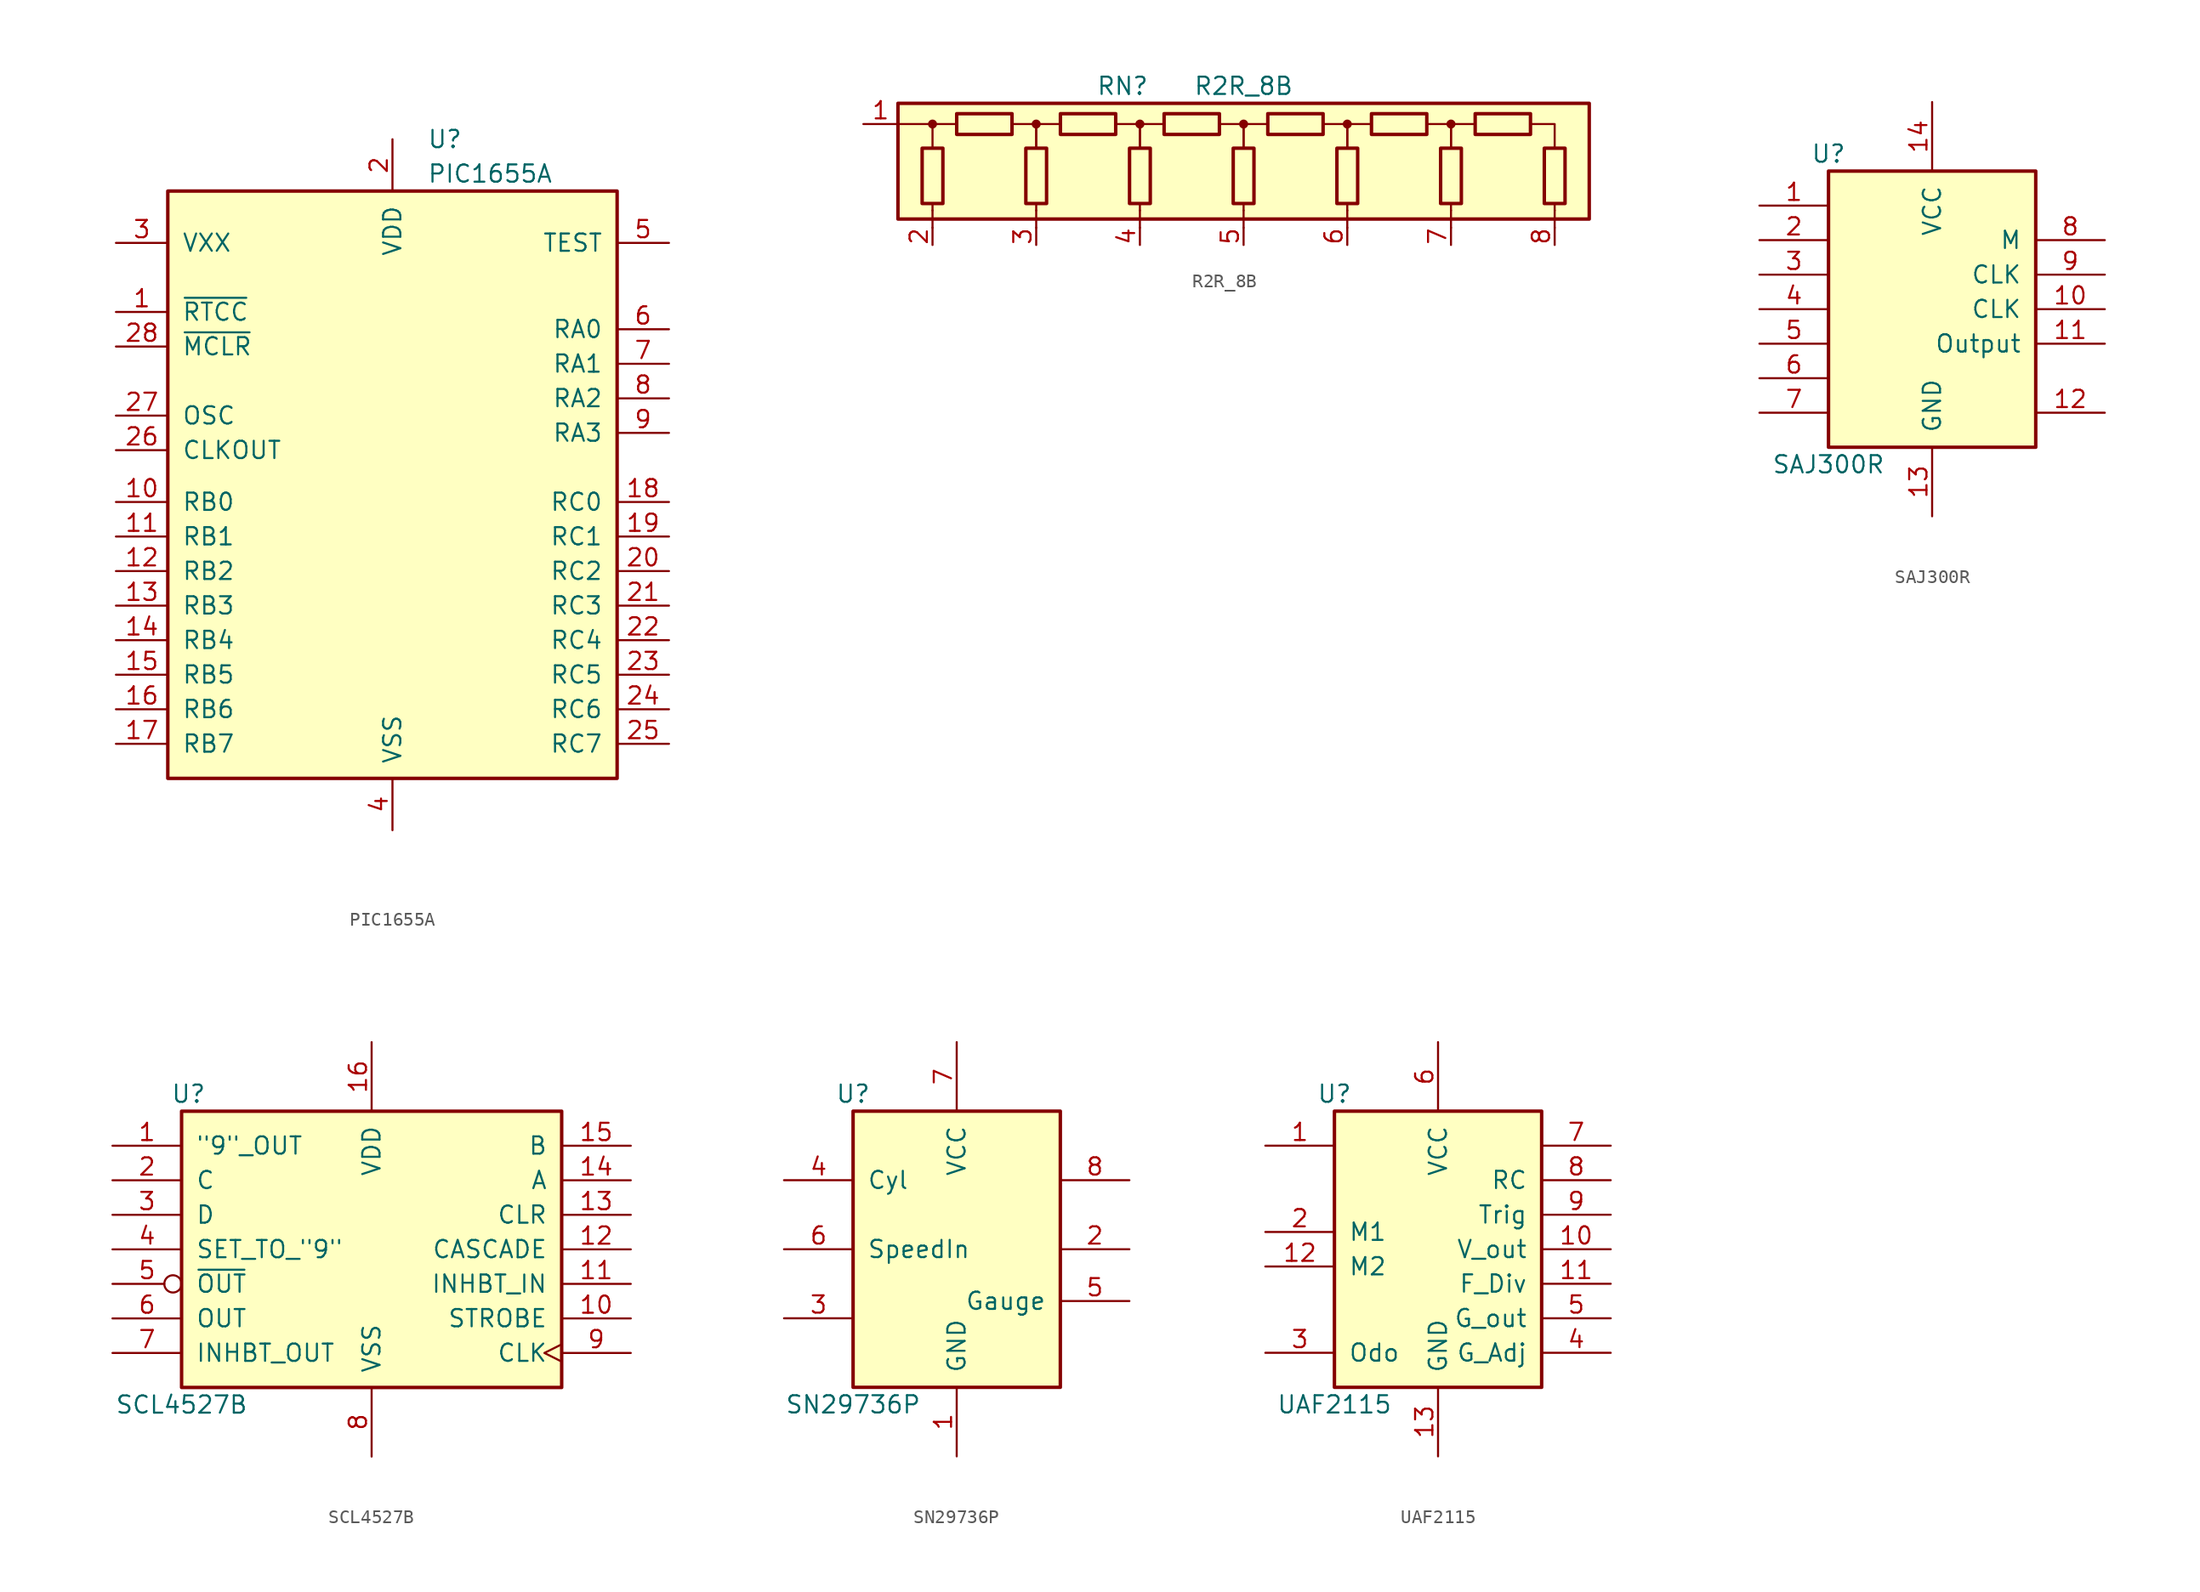
<source format=kicad_sym>
(kicad_symbol_lib
  (version 20241209)
  (generator "kicad_symbol_editor")
  (generator_version "9.0")
  (symbol "PIC1655A"
    (pin_names
      (offset 1.016))
    (property "Reference" "U"
      (at 2.54 25.4 0)
      (effects (font (size 1.27 1.27)) (justify left)))
    (property "Value" "PIC1655A"
      (at 2.54 22.86 0)
      (effects (font (size 1.27 1.27)) (justify left)))
    (symbol "PIC1655A_0_1"
      (rectangle (start -16.51 21.59) (end 16.51 -21.59) (stroke (width 0.254) (type default)) (fill (type background))))
    (symbol "PIC1655A_1_1"
      (pin input line (at -20.32 17.78 0) (length 3.81) (name "VXX" (effects (font (size 1.27 1.27)))) (number "3" (effects (font (size 1.27 1.27)))))
      (pin input line (at -20.32 12.7 0) (length 3.81) (name "~{RTCC}" (effects (font (size 1.27 1.27)))) (number "1" (effects (font (size 1.27 1.27)))))
      (pin input line (at -20.32 10.16 0) (length 3.81) (name "~{MCLR}" (effects (font (size 1.27 1.27)))) (number "28" (effects (font (size 1.27 1.27)))))
      (pin input line (at -20.32 5.08 0) (length 3.81) (name "OSC" (effects (font (size 1.27 1.27)))) (number "27" (effects (font (size 1.27 1.27)))))
      (pin output line (at -20.32 2.54 0) (length 3.81) (name "CLKOUT" (effects (font (size 1.27 1.27)))) (number "26" (effects (font (size 1.27 1.27)))))
      (pin output line (at -20.32 -1.27 0) (length 3.81) (name "RB0" (effects (font (size 1.27 1.27)))) (number "10" (effects (font (size 1.27 1.27)))))
      (pin output line (at -20.32 -3.81 0) (length 3.81) (name "RB1" (effects (font (size 1.27 1.27)))) (number "11" (effects (font (size 1.27 1.27)))))
      (pin output line (at -20.32 -6.35 0) (length 3.81) (name "RB2" (effects (font (size 1.27 1.27)))) (number "12" (effects (font (size 1.27 1.27)))))
      (pin output line (at -20.32 -8.89 0) (length 3.81) (name "RB3" (effects (font (size 1.27 1.27)))) (number "13" (effects (font (size 1.27 1.27)))))
      (pin output line (at -20.32 -11.43 0) (length 3.81) (name "RB4" (effects (font (size 1.27 1.27)))) (number "14" (effects (font (size 1.27 1.27)))))
      (pin output line (at -20.32 -13.97 0) (length 3.81) (name "RB5" (effects (font (size 1.27 1.27)))) (number "15" (effects (font (size 1.27 1.27)))))
      (pin output line (at -20.32 -16.51 0) (length 3.81) (name "RB6" (effects (font (size 1.27 1.27)))) (number "16" (effects (font (size 1.27 1.27)))))
      (pin output line (at -20.32 -19.05 0) (length 3.81) (name "RB7" (effects (font (size 1.27 1.27)))) (number "17" (effects (font (size 1.27 1.27)))))
      (pin power_in line (at 0 25.4 270) (length 3.81) (name "VDD" (effects (font (size 1.27 1.27)))) (number "2" (effects (font (size 1.27 1.27)))))
      (pin power_in line (at 0 -25.4 90) (length 3.81) (name "VSS" (effects (font (size 1.27 1.27)))) (number "4" (effects (font (size 1.27 1.27)))))
      (pin input line (at 20.32 17.78 180) (length 3.81) (name "TEST" (effects (font (size 1.27 1.27)))) (number "5" (effects (font (size 1.27 1.27)))))
      (pin input line (at 20.32 11.43 180) (length 3.81) (name "RA0" (effects (font (size 1.27 1.27)))) (number "6" (effects (font (size 1.27 1.27)))))
      (pin input line (at 20.32 8.89 180) (length 3.81) (name "RA1" (effects (font (size 1.27 1.27)))) (number "7" (effects (font (size 1.27 1.27)))))
      (pin input line (at 20.32 6.35 180) (length 3.81) (name "RA2" (effects (font (size 1.27 1.27)))) (number "8" (effects (font (size 1.27 1.27)))))
      (pin input line (at 20.32 3.81 180) (length 3.81) (name "RA3" (effects (font (size 1.27 1.27)))) (number "9" (effects (font (size 1.27 1.27)))))
      (pin bidirectional line (at 20.32 -1.27 180) (length 3.81) (name "RC0" (effects (font (size 1.27 1.27)))) (number "18" (effects (font (size 1.27 1.27)))))
      (pin bidirectional line (at 20.32 -3.81 180) (length 3.81) (name "RC1" (effects (font (size 1.27 1.27)))) (number "19" (effects (font (size 1.27 1.27)))))
      (pin bidirectional line (at 20.32 -6.35 180) (length 3.81) (name "RC2" (effects (font (size 1.27 1.27)))) (number "20" (effects (font (size 1.27 1.27)))))
      (pin bidirectional line (at 20.32 -8.89 180) (length 3.81) (name "RC3" (effects (font (size 1.27 1.27)))) (number "21" (effects (font (size 1.27 1.27)))))
      (pin bidirectional line (at 20.32 -11.43 180) (length 3.81) (name "RC4" (effects (font (size 1.27 1.27)))) (number "22" (effects (font (size 1.27 1.27)))))
      (pin bidirectional line (at 20.32 -13.97 180) (length 3.81) (name "RC5" (effects (font (size 1.27 1.27)))) (number "23" (effects (font (size 1.27 1.27)))))
      (pin bidirectional line (at 20.32 -16.51 180) (length 3.81) (name "RC6" (effects (font (size 1.27 1.27)))) (number "24" (effects (font (size 1.27 1.27)))))
      (pin bidirectional line (at 20.32 -19.05 180) (length 3.81) (name "RC7" (effects (font (size 1.27 1.27)))) (number "25" (effects (font (size 1.27 1.27)))))))
  (symbol "R2R_8B"
    (pin_names
      (offset 0)
      (hide yes))
    (property "Reference" "RN"
      (at -8.89 6.604 0)
      (effects (font (size 1.27 1.27))))
    (property "Value" "R2R_8B"
      (at 0 6.604 0)
      (effects (font (size 1.27 1.27))))
    (symbol "R2R_8B_0_1"
      (rectangle (start -23.622 2.032) (end -22.098 -2.032) (stroke (width 0.254) (type default)) (fill (type none)))
      (circle (center -22.86 3.81) (radius 0.254) (stroke (width 0) (type default)) (fill (type outline)))
      (polyline (pts (xy -22.86 -2.54) (xy -22.86 -3.81)) (stroke (width 0) (type default)) (fill (type none)))
      (rectangle (start -21.082 4.572) (end -17.018 3.048) (stroke (width 0.254) (type default)) (fill (type none)))
      (rectangle (start -16.002 2.032) (end -14.478 -2.032) (stroke (width 0.254) (type default)) (fill (type none)))
      (circle (center -15.24 3.81) (radius 0.254) (stroke (width 0) (type default)) (fill (type outline)))
      (polyline (pts (xy -15.24 -2.54) (xy -15.24 -3.81)) (stroke (width 0) (type default)) (fill (type none)))
      (rectangle (start -13.462 4.572) (end -9.398 3.048) (stroke (width 0.254) (type default)) (fill (type none)))
      (rectangle (start -8.382 2.032) (end -6.858 -2.032) (stroke (width 0.254) (type default)) (fill (type none)))
      (circle (center -7.62 3.81) (radius 0.254) (stroke (width 0) (type default)) (fill (type outline)))
      (polyline (pts (xy -7.62 -2.54) (xy -7.62 -3.81)) (stroke (width 0) (type default)) (fill (type none)))
      (rectangle (start -5.842 4.572) (end -1.778 3.048) (stroke (width 0.254) (type default)) (fill (type none)))
      (rectangle (start -0.762 2.032) (end 0.762 -2.032) (stroke (width 0.254) (type default)) (fill (type none)))
      (circle (center 0 3.81) (radius 0.254) (stroke (width 0) (type default)) (fill (type outline)))
      (polyline (pts (xy 0 -2.54) (xy 0 -3.81)) (stroke (width 0) (type default)) (fill (type none)))
      (rectangle (start 1.778 4.572) (end 5.842 3.048) (stroke (width 0.254) (type default)) (fill (type none)))
      (rectangle (start 6.858 2.032) (end 8.382 -2.032) (stroke (width 0.254) (type default)) (fill (type none)))
      (circle (center 7.62 3.81) (radius 0.254) (stroke (width 0) (type default)) (fill (type outline)))
      (polyline (pts (xy 7.62 -2.54) (xy 7.62 -3.81)) (stroke (width 0) (type default)) (fill (type none)))
      (rectangle (start 9.398 4.572) (end 13.462 3.048) (stroke (width 0.254) (type default)) (fill (type none)))
      (rectangle (start 14.478 2.032) (end 16.002 -2.032) (stroke (width 0.254) (type default)) (fill (type none)))
      (circle (center 15.24 3.81) (radius 0.254) (stroke (width 0) (type default)) (fill (type outline)))
      (polyline (pts (xy 15.24 -2.54) (xy 15.24 -3.81)) (stroke (width 0) (type default)) (fill (type none)))
      (rectangle (start 17.018 4.572) (end 21.082 3.048) (stroke (width 0.254) (type default)) (fill (type none)))
      (rectangle (start 22.098 2.032) (end 23.622 -2.032) (stroke (width 0.254) (type default)) (fill (type none)))
      (polyline (pts (xy 22.86 -2.54) (xy 22.86 -3.81)) (stroke (width 0) (type default)) (fill (type none))))
    (symbol "R2R_8B_1_1"
      (rectangle (start -25.4 5.334) (end 25.4 -3.175) (stroke (width 0.254) (type solid)) (fill (type background)))
      (polyline (pts (xy -22.86 3.81) (xy -25.4 3.81)) (stroke (width 0) (type default)) (fill (type none)))
      (polyline (pts (xy -22.86 -2.032) (xy -22.86 -2.54)) (stroke (width 0) (type default)) (fill (type none)))
      (polyline (pts (xy -21.082 3.81) (xy -22.86 3.81) (xy -22.86 2.032)) (stroke (width 0) (type default)) (fill (type none)))
      (polyline (pts (xy -17.018 3.81) (xy -15.24 3.81) (xy -15.24 2.032)) (stroke (width 0) (type default)) (fill (type none)))
      (polyline (pts (xy -15.24 -2.032) (xy -15.24 -2.54)) (stroke (width 0) (type default)) (fill (type none)))
      (polyline (pts (xy -13.462 3.81) (xy -15.24 3.81) (xy -15.24 2.032)) (stroke (width 0) (type default)) (fill (type none)))
      (polyline (pts (xy -9.398 3.81) (xy -7.62 3.81) (xy -7.62 2.032)) (stroke (width 0) (type default)) (fill (type none)))
      (polyline (pts (xy -7.62 -2.032) (xy -7.62 -2.54)) (stroke (width 0) (type default)) (fill (type none)))
      (polyline (pts (xy -5.842 3.81) (xy -7.62 3.81) (xy -7.62 2.032)) (stroke (width 0) (type default)) (fill (type none)))
      (polyline (pts (xy -1.778 3.81) (xy 0 3.81) (xy 0 2.032)) (stroke (width 0) (type default)) (fill (type none)))
      (polyline (pts (xy 0 -2.032) (xy 0 -2.54)) (stroke (width 0) (type default)) (fill (type none)))
      (polyline (pts (xy 1.778 3.81) (xy 0 3.81) (xy 0 2.032)) (stroke (width 0) (type default)) (fill (type none)))
      (polyline (pts (xy 5.842 3.81) (xy 7.62 3.81) (xy 7.62 2.032)) (stroke (width 0) (type default)) (fill (type none)))
      (polyline (pts (xy 7.62 -2.032) (xy 7.62 -2.54)) (stroke (width 0) (type default)) (fill (type none)))
      (polyline (pts (xy 9.398 3.81) (xy 7.62 3.81) (xy 7.62 2.032)) (stroke (width 0) (type default)) (fill (type none)))
      (polyline (pts (xy 13.462 3.81) (xy 15.24 3.81) (xy 15.24 2.032)) (stroke (width 0) (type default)) (fill (type none)))
      (polyline (pts (xy 15.24 -2.032) (xy 15.24 -2.54)) (stroke (width 0) (type default)) (fill (type none)))
      (polyline (pts (xy 17.018 3.81) (xy 15.24 3.81) (xy 15.24 2.032)) (stroke (width 0) (type default)) (fill (type none)))
      (polyline (pts (xy 21.082 3.81) (xy 22.86 3.81) (xy 22.86 2.032)) (stroke (width 0) (type default)) (fill (type none)))
      (polyline (pts (xy 22.86 -2.032) (xy 22.86 -2.54)) (stroke (width 0) (type default)) (fill (type none)))
      (pin output line (at -27.94 3.81 0) (length 2.54) (name "Bit_out" (effects (font (size 1.27 1.27)))) (number "1" (effects (font (size 1.27 1.27)))))
      (pin passive line (at -22.86 -5.08 90) (length 1.27) (name "R1" (effects (font (size 1.27 1.27)))) (number "2" (effects (font (size 1.27 1.27)))))
      (pin passive line (at -15.24 -5.08 90) (length 1.27) (name "R2" (effects (font (size 1.27 1.27)))) (number "3" (effects (font (size 1.27 1.27)))))
      (pin passive line (at -7.62 -5.08 90) (length 1.27) (name "R3" (effects (font (size 1.27 1.27)))) (number "4" (effects (font (size 1.27 1.27)))))
      (pin passive line (at 0 -5.08 90) (length 1.27) (name "R4" (effects (font (size 1.27 1.27)))) (number "5" (effects (font (size 1.27 1.27)))))
      (pin passive line (at 7.62 -5.08 90) (length 1.27) (name "R5" (effects (font (size 1.27 1.27)))) (number "6" (effects (font (size 1.27 1.27)))))
      (pin passive line (at 15.24 -5.08 90) (length 1.27) (name "R6" (effects (font (size 1.27 1.27)))) (number "7" (effects (font (size 1.27 1.27)))))
      (pin passive line (at 22.86 -5.08 90) (length 1.27) (name "R7" (effects (font (size 1.27 1.27)))) (number "8" (effects (font (size 1.27 1.27)))))))
  (symbol "SAJ300R"
    (pin_names
      (offset 1.016))
    (property "Reference" "U"
      (at -7.62 11.43 0)
      (effects (font (size 1.27 1.27))))
    (property "Value" "SAJ300R"
      (at -7.62 -11.43 0)
      (effects (font (size 1.27 1.27))))
    (property "ki_locked" ""
      (at 0 0 0)
      (effects (font (size 1.27 1.27))))
    (symbol "SAJ300R_1_0"
      (pin input line (at -12.7 7.62 0) (length 5.08) (name "" (effects (font (size 1.27 1.27)))) (number "1" (effects (font (size 1.27 1.27)))))
      (pin input line (at -12.7 5.08 0) (length 5.08) (name "" (effects (font (size 1.27 1.27)))) (number "2" (effects (font (size 1.27 1.27)))))
      (pin input line (at -12.7 2.54 0) (length 5.08) (name "" (effects (font (size 1.27 1.27)))) (number "3" (effects (font (size 1.27 1.27)))))
      (pin input line (at -12.7 0 0) (length 5.08) (name "" (effects (font (size 1.27 1.27)))) (number "4" (effects (font (size 1.27 1.27)))))
      (pin input line (at -12.7 -2.54 0) (length 5.08) (name "" (effects (font (size 1.27 1.27)))) (number "5" (effects (font (size 1.27 1.27)))))
      (pin output line (at -12.7 -5.08 0) (length 5.08) (name "" (effects (font (size 1.27 1.27)))) (number "6" (effects (font (size 1.27 1.27)))))
      (pin output line (at -12.7 -7.62 0) (length 5.08) (name "" (effects (font (size 1.27 1.27)))) (number "7" (effects (font (size 1.27 1.27)))))
      (pin power_in line (at 0 15.24 270) (length 5.08) (name "VCC" (effects (font (size 1.27 1.27)))) (number "14" (effects (font (size 1.27 1.27)))))
      (pin power_in line (at 0 -15.24 90) (length 5.08) (name "GND" (effects (font (size 1.27 1.27)))) (number "13" (effects (font (size 1.27 1.27)))))
      (pin output line (at 12.7 5.08 180) (length 5.08) (name "M" (effects (font (size 1.27 1.27)))) (number "8" (effects (font (size 1.27 1.27)))))
      (pin output line (at 12.7 2.54 180) (length 5.08) (name "CLK" (effects (font (size 1.27 1.27)))) (number "9" (effects (font (size 1.27 1.27)))))
      (pin output line (at 12.7 0 180) (length 5.08) (name "CLK" (effects (font (size 1.27 1.27)))) (number "10" (effects (font (size 1.27 1.27)))))
      (pin output line (at 12.7 -2.54 180) (length 5.08) (name "Output" (effects (font (size 1.27 1.27)))) (number "11" (effects (font (size 1.27 1.27)))))
      (pin input line (at 12.7 -7.62 180) (length 5.08) (name "" (effects (font (size 1.27 1.27)))) (number "12" (effects (font (size 1.27 1.27))))))
    (symbol "SAJ300R_1_1"
      (rectangle (start -7.62 10.16) (end 7.62 -10.16) (stroke (width 0.254) (type default)) (fill (type background)))))
  (symbol "SCL4527B"
    (pin_names
      (offset 1.016))
    (property "Reference" "U"
      (at -13.462 11.43 0)
      (effects (font (size 1.27 1.27))))
    (property "Value" "SCL4527B"
      (at -13.97 -11.43 0)
      (effects (font (size 1.27 1.27))))
    (property "ki_locked" ""
      (at 0 0 0)
      (effects (font (size 1.27 1.27))))
    (symbol "SCL4527B_1_0"
      (pin output line (at -19.05 7.62 0) (length 5.08) (name "\"9\"_OUT" (effects (font (size 1.27 1.27)))) (number "1" (effects (font (size 1.27 1.27)))))
      (pin input line (at -19.05 5.08 0) (length 5.08) (name "C" (effects (font (size 1.27 1.27)))) (number "2" (effects (font (size 1.27 1.27)))))
      (pin input line (at -19.05 2.54 0) (length 5.08) (name "D" (effects (font (size 1.27 1.27)))) (number "3" (effects (font (size 1.27 1.27)))))
      (pin output line (at -19.05 0 0) (length 5.08) (name "SET_TO_\"9\"" (effects (font (size 1.27 1.27)))) (number "4" (effects (font (size 1.27 1.27)))))
      (pin output inverted (at -19.05 -2.54 0) (length 5.08) (name "~{OUT}" (effects (font (size 1.27 1.27)))) (number "5" (effects (font (size 1.27 1.27)))))
      (pin output line (at -19.05 -5.08 0) (length 5.08) (name "OUT" (effects (font (size 1.27 1.27)))) (number "6" (effects (font (size 1.27 1.27)))))
      (pin output line (at -19.05 -7.62 0) (length 5.08) (name "INHBT_OUT" (effects (font (size 1.27 1.27)))) (number "7" (effects (font (size 1.27 1.27)))))
      (pin power_in line (at 0 15.24 270) (length 5.08) (name "VDD" (effects (font (size 1.27 1.27)))) (number "16" (effects (font (size 1.27 1.27)))))
      (pin power_in line (at 0 -15.24 90) (length 5.08) (name "VSS" (effects (font (size 1.27 1.27)))) (number "8" (effects (font (size 1.27 1.27)))))
      (pin input line (at 19.05 7.62 180) (length 5.08) (name "B" (effects (font (size 1.27 1.27)))) (number "15" (effects (font (size 1.27 1.27)))))
      (pin input line (at 19.05 5.08 180) (length 5.08) (name "A" (effects (font (size 1.27 1.27)))) (number "14" (effects (font (size 1.27 1.27)))))
      (pin input line (at 19.05 2.54 180) (length 5.08) (name "CLR" (effects (font (size 1.27 1.27)))) (number "13" (effects (font (size 1.27 1.27)))))
      (pin input line (at 19.05 0 180) (length 5.08) (name "CASCADE" (effects (font (size 1.27 1.27)))) (number "12" (effects (font (size 1.27 1.27)))))
      (pin input line (at 19.05 -2.54 180) (length 5.08) (name "INHBT_IN" (effects (font (size 1.27 1.27)))) (number "11" (effects (font (size 1.27 1.27)))))
      (pin output line (at 19.05 -5.08 180) (length 5.08) (name "STROBE" (effects (font (size 1.27 1.27)))) (number "10" (effects (font (size 1.27 1.27)))))
      (pin input clock (at 19.05 -7.62 180) (length 5.08) (name "CLK" (effects (font (size 1.27 1.27)))) (number "9" (effects (font (size 1.27 1.27))))))
    (symbol "SCL4527B_1_1"
      (rectangle (start -13.97 10.16) (end 13.97 -10.16) (stroke (width 0.254) (type default)) (fill (type background)))))
  (symbol "SN29736P"
    (pin_names
      (offset 1.016))
    (property "Reference" "U"
      (at -7.62 11.43 0)
      (effects (font (size 1.27 1.27))))
    (property "Value" "SN29736P"
      (at -7.62 -11.43 0)
      (effects (font (size 1.27 1.27))))
    (property "ki_locked" ""
      (at 0 0 0)
      (effects (font (size 1.27 1.27))))
    (symbol "SN29736P_1_0"
      (pin input line (at -12.7 5.08 0) (length 5.08) (name "Cyl" (effects (font (size 1.27 1.27)))) (number "4" (effects (font (size 1.27 1.27)))))
      (pin input line (at -12.7 0 0) (length 5.08) (name "SpeedIn" (effects (font (size 1.27 1.27)))) (number "6" (effects (font (size 1.27 1.27)))))
      (pin input line (at -12.7 -5.08 0) (length 5.08) (name "" (effects (font (size 1.27 1.27)))) (number "3" (effects (font (size 1.27 1.27)))))
      (pin power_in line (at 0 15.24 270) (length 5.08) (name "VCC" (effects (font (size 1.27 1.27)))) (number "7" (effects (font (size 1.27 1.27)))))
      (pin power_in line (at 0 -15.24 90) (length 5.08) (name "GND" (effects (font (size 1.27 1.27)))) (number "1" (effects (font (size 1.27 1.27)))))
      (pin input line (at 12.7 5.08 180) (length 5.08) (name "" (effects (font (size 1.27 1.27)))) (number "8" (effects (font (size 1.27 1.27)))))
      (pin input line (at 12.7 0 180) (length 5.08) (name "" (effects (font (size 1.27 1.27)))) (number "2" (effects (font (size 1.27 1.27)))))
      (pin output line (at 12.7 -3.81 180) (length 5.08) (name "Gauge" (effects (font (size 1.27 1.27)))) (number "5" (effects (font (size 1.27 1.27))))))
    (symbol "SN29736P_1_1"
      (rectangle (start -7.62 10.16) (end 7.62 -10.16) (stroke (width 0.254) (type default)) (fill (type background)))))
  (symbol "UAF2115"
    (pin_names
      (offset 1.016))
    (property "Reference" "U"
      (at -7.62 11.43 0)
      (effects (font (size 1.27 1.27))))
    (property "Value" "UAF2115"
      (at -7.62 -11.43 0)
      (effects (font (size 1.27 1.27))))
    (property "ki_locked" ""
      (at 0 0 0)
      (effects (font (size 1.27 1.27))))
    (symbol "UAF2115_1_0"
      (pin input line (at -12.7 7.62 0) (length 5.08) (name "" (effects (font (size 1.27 1.27)))) (number "1" (effects (font (size 1.27 1.27)))))
      (pin input line (at -12.7 1.27 0) (length 5.08) (name "M1" (effects (font (size 1.27 1.27)))) (number "2" (effects (font (size 1.27 1.27)))))
      (pin input line (at -12.7 -1.27 0) (length 5.08) (name "M2" (effects (font (size 1.27 1.27)))) (number "12" (effects (font (size 1.27 1.27)))))
      (pin input line (at -12.7 -7.62 0) (length 5.08) (name "Odo" (effects (font (size 1.27 1.27)))) (number "3" (effects (font (size 1.27 1.27)))))
      (pin power_in line (at 0 15.24 270) (length 5.08) (name "VCC" (effects (font (size 1.27 1.27)))) (number "6" (effects (font (size 1.27 1.27)))))
      (pin power_in line (at 0 -15.24 90) (length 5.08) (name "GND" (effects (font (size 1.27 1.27)))) (number "13" (effects (font (size 1.27 1.27)))))
      (pin output line (at 12.7 7.62 180) (length 5.08) (name "" (effects (font (size 1.27 1.27)))) (number "7" (effects (font (size 1.27 1.27)))))
      (pin output line (at 12.7 5.08 180) (length 5.08) (name "RC" (effects (font (size 1.27 1.27)))) (number "8" (effects (font (size 1.27 1.27)))))
      (pin output line (at 12.7 2.54 180) (length 5.08) (name "Trig" (effects (font (size 1.27 1.27)))) (number "9" (effects (font (size 1.27 1.27)))))
      (pin output line (at 12.7 0 180) (length 5.08) (name "V_out" (effects (font (size 1.27 1.27)))) (number "10" (effects (font (size 1.27 1.27)))))
      (pin output line (at 12.7 -2.54 180) (length 5.08) (name "F_Div" (effects (font (size 1.27 1.27)))) (number "11" (effects (font (size 1.27 1.27)))))
      (pin input line (at 12.7 -5.08 180) (length 5.08) (name "G_out" (effects (font (size 1.27 1.27)))) (number "5" (effects (font (size 1.27 1.27)))))
      (pin input line (at 12.7 -7.62 180) (length 5.08) (name "G_Adj" (effects (font (size 1.27 1.27)))) (number "4" (effects (font (size 1.27 1.27))))))
    (symbol "UAF2115_1_1"
      (rectangle (start -7.62 10.16) (end 7.62 -10.16) (stroke (width 0.254) (type default)) (fill (type background))))))
</source>
